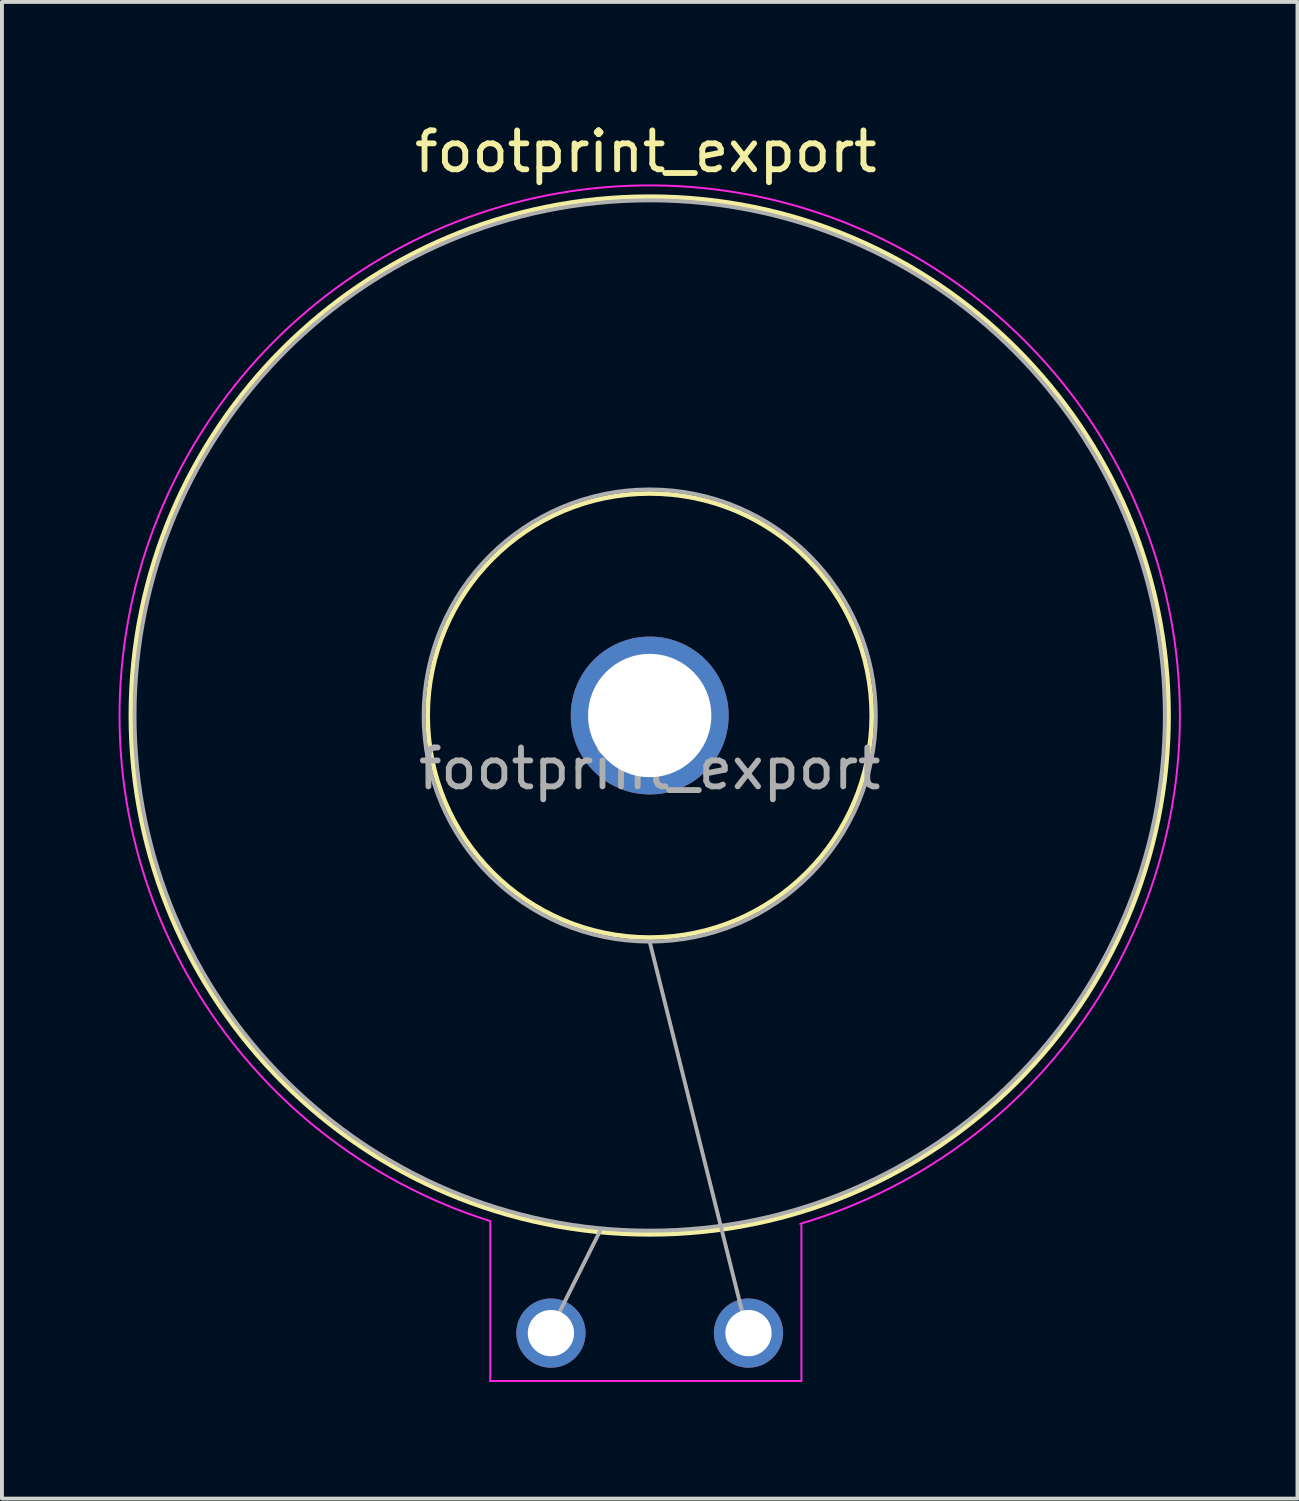
<source format=kicad_pcb>
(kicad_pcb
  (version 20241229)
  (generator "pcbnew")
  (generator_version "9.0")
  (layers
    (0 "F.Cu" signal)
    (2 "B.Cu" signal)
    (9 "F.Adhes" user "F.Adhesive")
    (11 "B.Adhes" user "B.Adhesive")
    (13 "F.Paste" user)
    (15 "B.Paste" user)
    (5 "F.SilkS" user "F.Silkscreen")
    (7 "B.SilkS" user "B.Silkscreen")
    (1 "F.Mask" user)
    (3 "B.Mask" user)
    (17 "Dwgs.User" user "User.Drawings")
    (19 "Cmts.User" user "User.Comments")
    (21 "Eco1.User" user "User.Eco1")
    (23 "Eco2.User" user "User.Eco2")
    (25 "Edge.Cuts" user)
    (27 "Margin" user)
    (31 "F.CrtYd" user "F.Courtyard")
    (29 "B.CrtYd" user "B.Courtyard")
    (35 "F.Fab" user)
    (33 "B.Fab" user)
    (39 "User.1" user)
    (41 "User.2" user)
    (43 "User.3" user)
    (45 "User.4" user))
  (footprint "footprint_export"
    (layer "F.Cu")
    (at 11.116 31.228)
    (property "Reference" "footprint_export" (at 2.44 -30.38 0) (layer "F.SilkS") (effects (font (size 1 1) (thickness 0.15))))
    (attr through_hole)
    (fp_circle (center 2.54 -15.88) (end -10.8 -15.88) (stroke (width 0.12) (type solid)) (fill no) (layer "F.SilkS"))
    (fp_circle (center 2.54 -15.88) (end 8.25 -15.88) (stroke (width 0.12) (type solid)) (fill no) (layer "F.SilkS"))
    (fp_line (start -1.56 -2.88) (end -1.56 1.23) (stroke (width 0.05) (type solid)) (layer "F.CrtYd"))
    (fp_line (start -1.56 1.23) (end 6.44 1.23) (stroke (width 0.05) (type solid)) (layer "F.CrtYd"))
    (fp_line (start 6.44 1.23) (end 6.44 -2.78) (stroke (width 0.05) (type solid)) (layer "F.CrtYd"))
    (fp_arc (start -1.56 -2.88) (mid 2.660017 -29.510686) (end 6.410454 -2.809821) (stroke (width 0.05) (type solid)) (layer "F.CrtYd"))
    (fp_line (start 0 -0.1) (end 1.27 -2.64) (stroke (width 0.1) (type solid)) (layer "F.Fab"))
    (fp_line (start 5.08 0.1) (end 2.54 -10.06) (stroke (width 0.1) (type solid)) (layer "F.Fab"))
    (fp_circle (center 2.54 -15.88) (end 1.44 -2.68) (stroke (width 0.1) (type solid)) (fill no) (layer "F.Fab"))
    (fp_circle (center 2.54 -15.88) (end 2.34 -10.07) (stroke (width 0.1) (type solid)) (fill no) (layer "F.Fab"))
    (fp_text user "${REFERENCE}" (at 2.54 -14.513 0) (layer "F.Fab") (effects (font (size 1 1) (thickness 0.15))))
    (pad "" thru_hole circle (at 2.54 -15.88) (size 4.06 4.06) (drill 3.17) (layers "*.Cu" "*.Mask"))
    (pad "1" thru_hole circle (at 0 0) (size 1.78 1.78) (drill 1.19) (layers "*.Cu" "*.Mask"))
    (pad "2" thru_hole circle (at 5.08 0) (size 1.78 1.78) (drill 1.19) (layers "*.Cu" "*.Mask")))
  (gr_rect
    (start -3 -3)
    (end 30.312 35.483)
    (stroke (width 0.1) (type default))
    (fill no)
    (layer "Edge.Cuts")))
</source>
